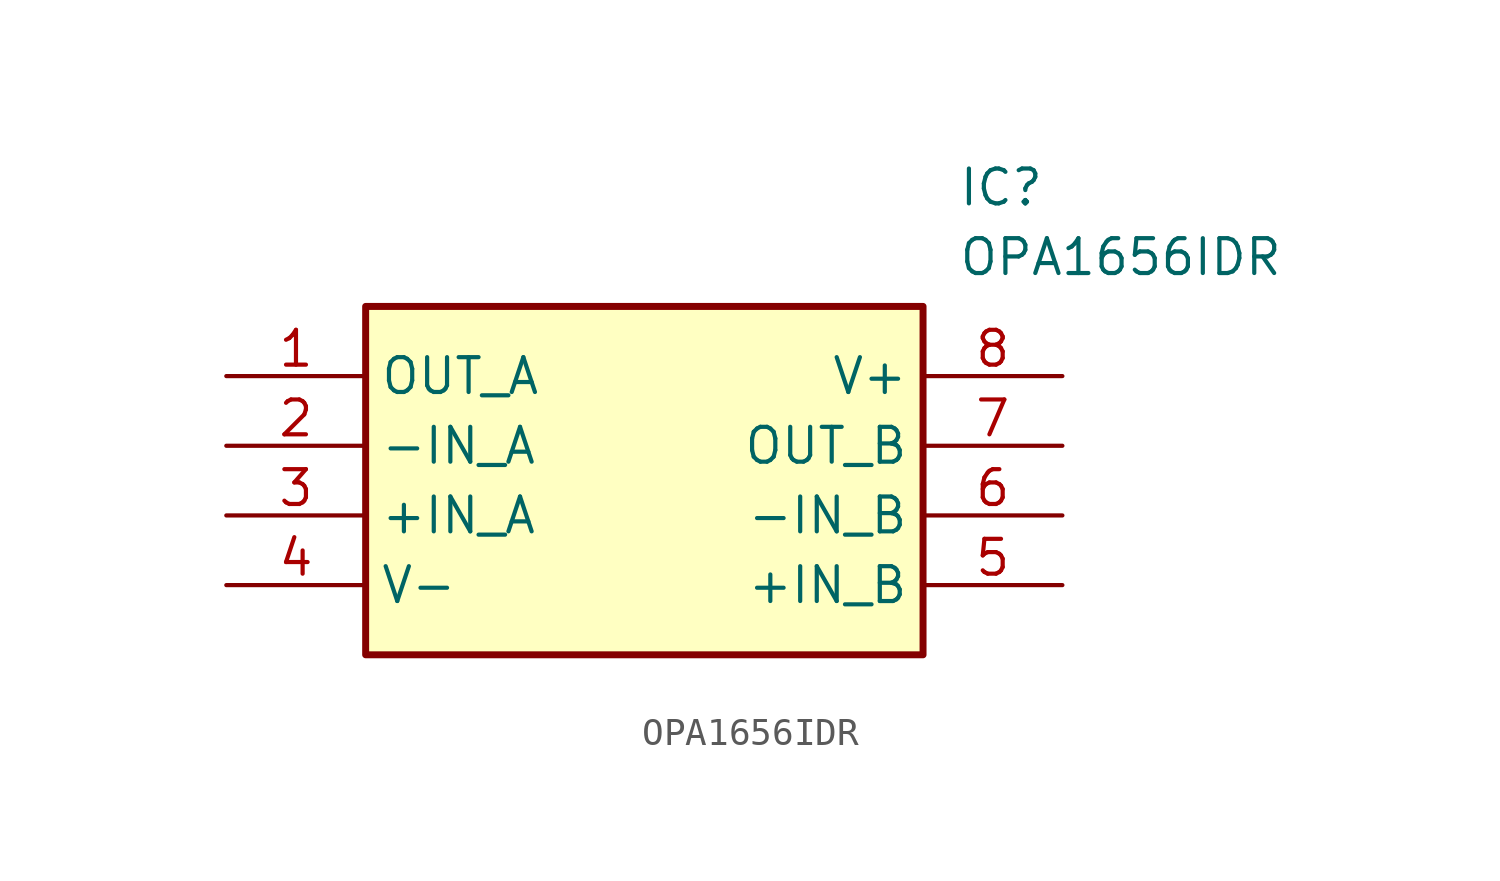
<source format=kicad_sym>
(kicad_symbol_lib
  (version 20211014)
  (generator SamacSys_ECAD_Model)
  (symbol "OPA1656IDR"
    (property "Reference" "IC"
      (at 26.67 7.62 0)
      (effects (font (size 1.27 1.27)) (justify left top)))
    (property "Value" "OPA1656IDR"
      (at 26.67 5.08 0)
      (effects (font (size 1.27 1.27)) (justify left top)))
    (rectangle
      (start 5.08 2.54)
      (end 25.4 -10.16)
      (stroke (width 0.254) (type default))
      (fill (type background)))
    (pin passive line
      (at 0 0 0)
      (length 5.08)
      (name "OUT_A" (effects (font (size 1.27 1.27))))
      (number "1" (effects (font (size 1.27 1.27)))))
    (pin passive line
      (at 0 -2.54 0)
      (length 5.08)
      (name "-IN_A" (effects (font (size 1.27 1.27))))
      (number "2" (effects (font (size 1.27 1.27)))))
    (pin passive line
      (at 0 -5.08 0)
      (length 5.08)
      (name "+IN_A" (effects (font (size 1.27 1.27))))
      (number "3" (effects (font (size 1.27 1.27)))))
    (pin passive line
      (at 0 -7.62 0)
      (length 5.08)
      (name "V-" (effects (font (size 1.27 1.27))))
      (number "4" (effects (font (size 1.27 1.27)))))
    (pin passive line
      (at 30.48 0 180)
      (length 5.08)
      (name "V+" (effects (font (size 1.27 1.27))))
      (number "8" (effects (font (size 1.27 1.27)))))
    (pin passive line
      (at 30.48 -2.54 180)
      (length 5.08)
      (name "OUT_B" (effects (font (size 1.27 1.27))))
      (number "7" (effects (font (size 1.27 1.27)))))
    (pin passive line
      (at 30.48 -5.08 180)
      (length 5.08)
      (name "-IN_B" (effects (font (size 1.27 1.27))))
      (number "6" (effects (font (size 1.27 1.27)))))
    (pin passive line
      (at 30.48 -7.62 180)
      (length 5.08)
      (name "+IN_B" (effects (font (size 1.27 1.27))))
      (number "5" (effects (font (size 1.27 1.27)))))))
</source>
